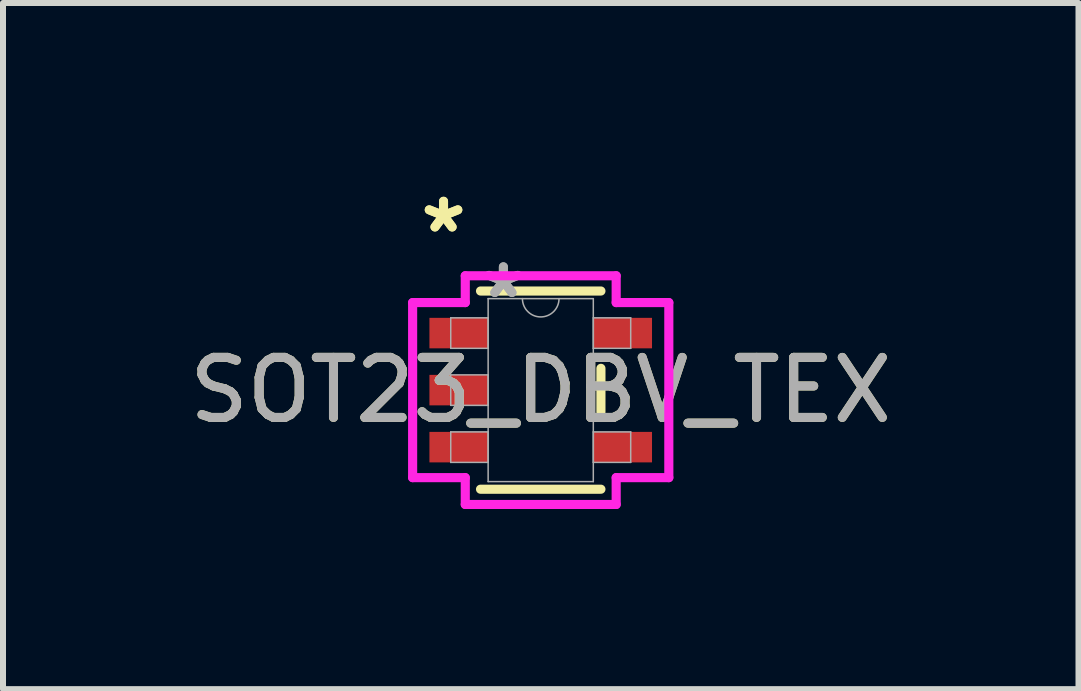
<source format=kicad_pcb>
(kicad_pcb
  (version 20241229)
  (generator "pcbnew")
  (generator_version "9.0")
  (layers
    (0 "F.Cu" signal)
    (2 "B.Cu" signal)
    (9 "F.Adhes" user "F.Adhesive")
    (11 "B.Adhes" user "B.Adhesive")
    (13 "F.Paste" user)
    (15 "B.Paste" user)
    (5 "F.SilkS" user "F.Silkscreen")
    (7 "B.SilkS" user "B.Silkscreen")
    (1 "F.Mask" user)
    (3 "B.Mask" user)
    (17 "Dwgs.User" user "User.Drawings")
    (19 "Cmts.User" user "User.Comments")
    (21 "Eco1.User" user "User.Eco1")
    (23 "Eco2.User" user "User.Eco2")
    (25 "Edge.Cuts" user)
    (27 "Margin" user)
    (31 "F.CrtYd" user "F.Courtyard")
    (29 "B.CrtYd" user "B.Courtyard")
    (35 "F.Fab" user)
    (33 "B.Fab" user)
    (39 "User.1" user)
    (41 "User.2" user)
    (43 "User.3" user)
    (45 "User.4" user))
  (footprint "SOT23_DBV_TEX"
    (layer "F.Cu")
    (at 5.958 3.449)
    (property "Reference" "SOT23_DBV_TEX" (at 0 0 0) (unlocked yes) (layer "F.SilkS") (effects (font (size 1 1) (thickness 0.15))))
    (attr smd)
    (fp_line (start -1.003 1.651) (end 1.003 1.651) (stroke (width 0.152) (type solid)) (layer "F.SilkS"))
    (fp_line (start 1.003 -1.651) (end -1.003 -1.651) (stroke (width 0.152) (type solid)) (layer "F.SilkS"))
    (fp_line (start 1.003 0.363) (end 1.003 -0.363) (stroke (width 0.152) (type solid)) (layer "F.SilkS"))
    (fp_line (start -2.134 -1.458) (end -1.257 -1.458) (stroke (width 0.152) (type solid)) (layer "F.CrtYd"))
    (fp_line (start -2.134 1.458) (end -2.134 -1.458) (stroke (width 0.152) (type solid)) (layer "F.CrtYd"))
    (fp_line (start -1.257 -1.905) (end 1.257 -1.905) (stroke (width 0.152) (type solid)) (layer "F.CrtYd"))
    (fp_line (start -1.257 -1.458) (end -1.257 -1.905) (stroke (width 0.152) (type solid)) (layer "F.CrtYd"))
    (fp_line (start -1.257 1.458) (end -2.134 1.458) (stroke (width 0.152) (type solid)) (layer "F.CrtYd"))
    (fp_line (start -1.257 1.905) (end -1.257 1.458) (stroke (width 0.152) (type solid)) (layer "F.CrtYd"))
    (fp_line (start 1.257 -1.905) (end 1.257 -1.458) (stroke (width 0.152) (type solid)) (layer "F.CrtYd"))
    (fp_line (start 1.257 -1.458) (end 2.134 -1.458) (stroke (width 0.152) (type solid)) (layer "F.CrtYd"))
    (fp_line (start 1.257 1.458) (end 1.257 1.905) (stroke (width 0.152) (type solid)) (layer "F.CrtYd"))
    (fp_line (start 1.257 1.905) (end -1.257 1.905) (stroke (width 0.152) (type solid)) (layer "F.CrtYd"))
    (fp_line (start 2.134 -1.458) (end 2.134 1.458) (stroke (width 0.152) (type solid)) (layer "F.CrtYd"))
    (fp_line (start 2.134 1.458) (end 1.257 1.458) (stroke (width 0.152) (type solid)) (layer "F.CrtYd"))
    (fp_line (start -1.499 -1.204) (end -1.499 -0.696) (stroke (width 0.025) (type solid)) (layer "F.Fab"))
    (fp_line (start -1.499 -0.696) (end -0.876 -0.696) (stroke (width 0.025) (type solid)) (layer "F.Fab"))
    (fp_line (start -1.499 -0.254) (end -1.499 0.254) (stroke (width 0.025) (type solid)) (layer "F.Fab"))
    (fp_line (start -1.499 0.254) (end -0.876 0.254) (stroke (width 0.025) (type solid)) (layer "F.Fab"))
    (fp_line (start -1.499 0.696) (end -1.499 1.204) (stroke (width 0.025) (type solid)) (layer "F.Fab"))
    (fp_line (start -1.499 1.204) (end -0.876 1.204) (stroke (width 0.025) (type solid)) (layer "F.Fab"))
    (fp_line (start -0.876 -1.524) (end -0.876 1.524) (stroke (width 0.025) (type solid)) (layer "F.Fab"))
    (fp_line (start -0.876 -1.204) (end -1.499 -1.204) (stroke (width 0.025) (type solid)) (layer "F.Fab"))
    (fp_line (start -0.876 -0.696) (end -0.876 -1.204) (stroke (width 0.025) (type solid)) (layer "F.Fab"))
    (fp_line (start -0.876 -0.254) (end -1.499 -0.254) (stroke (width 0.025) (type solid)) (layer "F.Fab"))
    (fp_line (start -0.876 0.254) (end -0.876 -0.254) (stroke (width 0.025) (type solid)) (layer "F.Fab"))
    (fp_line (start -0.876 0.696) (end -1.499 0.696) (stroke (width 0.025) (type solid)) (layer "F.Fab"))
    (fp_line (start -0.876 1.204) (end -0.876 0.696) (stroke (width 0.025) (type solid)) (layer "F.Fab"))
    (fp_line (start -0.876 1.524) (end 0.876 1.524) (stroke (width 0.025) (type solid)) (layer "F.Fab"))
    (fp_line (start 0.876 -1.524) (end -0.876 -1.524) (stroke (width 0.025) (type solid)) (layer "F.Fab"))
    (fp_line (start 0.876 -1.204) (end 0.876 -0.696) (stroke (width 0.025) (type solid)) (layer "F.Fab"))
    (fp_line (start 0.876 -0.696) (end 1.499 -0.696) (stroke (width 0.025) (type solid)) (layer "F.Fab"))
    (fp_line (start 0.876 0.696) (end 0.876 1.204) (stroke (width 0.025) (type solid)) (layer "F.Fab"))
    (fp_line (start 0.876 1.204) (end 1.499 1.204) (stroke (width 0.025) (type solid)) (layer "F.Fab"))
    (fp_line (start 0.876 1.524) (end 0.876 -1.524) (stroke (width 0.025) (type solid)) (layer "F.Fab"))
    (fp_line (start 1.499 -1.204) (end 0.876 -1.204) (stroke (width 0.025) (type solid)) (layer "F.Fab"))
    (fp_line (start 1.499 -0.696) (end 1.499 -1.204) (stroke (width 0.025) (type solid)) (layer "F.Fab"))
    (fp_line (start 1.499 0.696) (end 0.876 0.696) (stroke (width 0.025) (type solid)) (layer "F.Fab"))
    (fp_line (start 1.499 1.204) (end 1.499 0.696) (stroke (width 0.025) (type solid)) (layer "F.Fab"))
    (fp_arc (start 0.3048 -1.524) (mid 0 -1.2192) (end -0.3048 -1.524) (stroke (width 0.0254) (type solid)) (layer "F.Fab"))
    (fp_text user "*" (at -1.619 -2.601 0) (layer "F.SilkS") (effects (font (size 1 1) (thickness 0.15))))
    (fp_text user "*" (at -1.619 -2.601 0) (unlocked yes) (layer "F.SilkS") (effects (font (size 1 1) (thickness 0.15))))
    (fp_text user "${REFERENCE}" (at 0 0 0) (unlocked yes) (layer "F.Fab") (effects (font (size 1 1) (thickness 0.15))))
    (fp_text user "*" (at -0.622 -1.509 0) (layer "F.Fab") (effects (font (size 1 1) (thickness 0.15))))
    (fp_text user "*" (at -0.622 -1.509 0) (unlocked yes) (layer "F.Fab") (effects (font (size 1 1) (thickness 0.15))))
    (pad "1" smd rect (at -1.365 -0.95) (size 0.978 0.508) (layers "F.Cu" "F.Mask" "F.Paste"))
    (pad "2" smd rect (at -1.365 0) (size 0.978 0.508) (layers "F.Cu" "F.Mask" "F.Paste"))
    (pad "3" smd rect (at -1.365 0.95) (size 0.978 0.508) (layers "F.Cu" "F.Mask" "F.Paste"))
    (pad "4" smd rect (at 1.365 0.95) (size 0.978 0.508) (layers "F.Cu" "F.Mask" "F.Paste"))
    (pad "5" smd rect (at 1.365 -0.95) (size 0.978 0.508) (layers "F.Cu" "F.Mask" "F.Paste")))
  (gr_rect
    (start -3 -3)
    (end 14.917 8.43)
    (stroke (width 0.1) (type default))
    (fill no)
    (layer "Edge.Cuts")))
</source>
